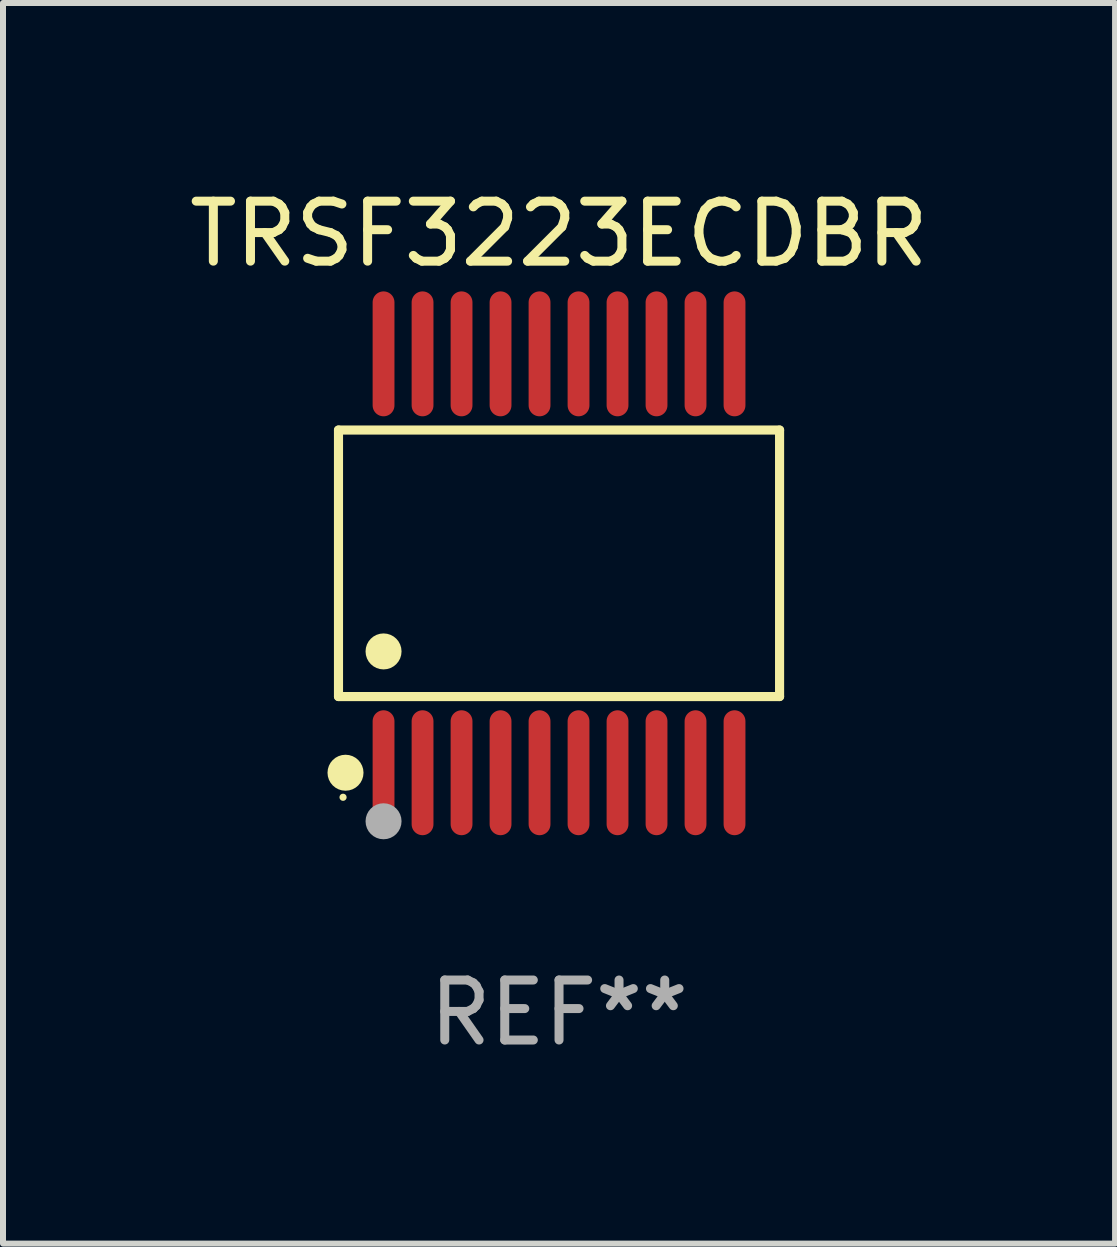
<source format=kicad_pcb>
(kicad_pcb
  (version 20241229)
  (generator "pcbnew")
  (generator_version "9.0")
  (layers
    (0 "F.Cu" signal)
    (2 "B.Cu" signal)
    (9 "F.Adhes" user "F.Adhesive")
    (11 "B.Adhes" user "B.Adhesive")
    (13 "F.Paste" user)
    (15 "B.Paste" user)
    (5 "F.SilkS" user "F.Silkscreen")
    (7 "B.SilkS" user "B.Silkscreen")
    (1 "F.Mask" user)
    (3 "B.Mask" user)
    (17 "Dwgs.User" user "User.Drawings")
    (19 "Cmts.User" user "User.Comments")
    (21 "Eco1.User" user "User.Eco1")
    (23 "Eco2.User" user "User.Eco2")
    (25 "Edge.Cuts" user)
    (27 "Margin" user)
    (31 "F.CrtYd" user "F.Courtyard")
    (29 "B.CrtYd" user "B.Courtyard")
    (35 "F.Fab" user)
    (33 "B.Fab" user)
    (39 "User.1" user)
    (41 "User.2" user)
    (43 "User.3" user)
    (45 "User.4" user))
  (footprint "TRSF3223ECDBR"
    (layer "F.Cu")
    (at 6.268 6.339)
    (property "Reference" "TRSF3223ECDBR" (at 0 -5.491 0) (layer "F.SilkS") (effects (font (size 1 1) (thickness 0.15))))
    (attr through_hole)
    (fp_line (start -3.676 -2.221) (end 3.676 -2.221) (stroke (width 0.152) (type solid)) (layer "F.SilkS"))
    (fp_line (start -3.676 2.221) (end -3.676 -2.221) (stroke (width 0.152) (type solid)) (layer "F.SilkS"))
    (fp_line (start 3.676 -2.221) (end 3.676 2.221) (stroke (width 0.152) (type solid)) (layer "F.SilkS"))
    (fp_line (start 3.676 2.221) (end -3.676 2.221) (stroke (width 0.152) (type solid)) (layer "F.SilkS"))
    (fp_circle (center -3.6 3.9) (end -3.57 3.9) (stroke (width 0.06) (type solid)) (fill no) (layer "F.SilkS"))
    (fp_circle (center -3.559 3.491) (end -3.409 3.491) (stroke (width 0.3) (type solid)) (fill no) (layer "F.SilkS"))
    (fp_circle (center -2.925 1.469) (end -2.775 1.469) (stroke (width 0.3) (type solid)) (fill no) (layer "F.SilkS"))
    (fp_circle (center -2.925 4.3) (end -2.775 4.3) (stroke (width 0.3) (type solid)) (fill no) (layer "F.Fab"))
    (fp_text user "REF**" (at 0 7.491 0) (layer "F.Fab") (effects (font (size 1 1) (thickness 0.15))))
    (pad "1" smd oval (at -2.925 3.491) (size 0.364 2.082) (layers "F.Cu" "F.Mask" "F.Paste"))
    (pad "2" smd oval (at -2.275 3.491) (size 0.364 2.082) (layers "F.Cu" "F.Mask" "F.Paste"))
    (pad "3" smd oval (at -1.625 3.491) (size 0.364 2.082) (layers "F.Cu" "F.Mask" "F.Paste"))
    (pad "4" smd oval (at -0.975 3.491) (size 0.364 2.082) (layers "F.Cu" "F.Mask" "F.Paste"))
    (pad "5" smd oval (at -0.325 3.491) (size 0.364 2.082) (layers "F.Cu" "F.Mask" "F.Paste"))
    (pad "6" smd oval (at 0.325 3.491) (size 0.364 2.082) (layers "F.Cu" "F.Mask" "F.Paste"))
    (pad "7" smd oval (at 0.975 3.491) (size 0.364 2.082) (layers "F.Cu" "F.Mask" "F.Paste"))
    (pad "8" smd oval (at 1.625 3.491) (size 0.364 2.082) (layers "F.Cu" "F.Mask" "F.Paste"))
    (pad "9" smd oval (at 2.275 3.491) (size 0.364 2.082) (layers "F.Cu" "F.Mask" "F.Paste"))
    (pad "10" smd oval (at 2.925 3.491) (size 0.364 2.082) (layers "F.Cu" "F.Mask" "F.Paste"))
    (pad "11" smd oval (at 2.925 -3.491) (size 0.364 2.082) (layers "F.Cu" "F.Mask" "F.Paste"))
    (pad "12" smd oval (at 2.275 -3.491) (size 0.364 2.082) (layers "F.Cu" "F.Mask" "F.Paste"))
    (pad "13" smd oval (at 1.625 -3.491) (size 0.364 2.082) (layers "F.Cu" "F.Mask" "F.Paste"))
    (pad "14" smd oval (at 0.975 -3.491) (size 0.364 2.082) (layers "F.Cu" "F.Mask" "F.Paste"))
    (pad "15" smd oval (at 0.325 -3.491) (size 0.364 2.082) (layers "F.Cu" "F.Mask" "F.Paste"))
    (pad "16" smd oval (at -0.325 -3.491) (size 0.364 2.082) (layers "F.Cu" "F.Mask" "F.Paste"))
    (pad "17" smd oval (at -0.975 -3.491) (size 0.364 2.082) (layers "F.Cu" "F.Mask" "F.Paste"))
    (pad "18" smd oval (at -1.625 -3.491) (size 0.364 2.082) (layers "F.Cu" "F.Mask" "F.Paste"))
    (pad "19" smd oval (at -2.275 -3.491) (size 0.364 2.082) (layers "F.Cu" "F.Mask" "F.Paste"))
    (pad "20" smd oval (at -2.925 -3.491) (size 0.364 2.082) (layers "F.Cu" "F.Mask" "F.Paste")))
  (gr_rect
    (start -3 -3)
    (end 15.536 17.678)
    (stroke (width 0.1) (type default))
    (fill no)
    (layer "Edge.Cuts")))
</source>
